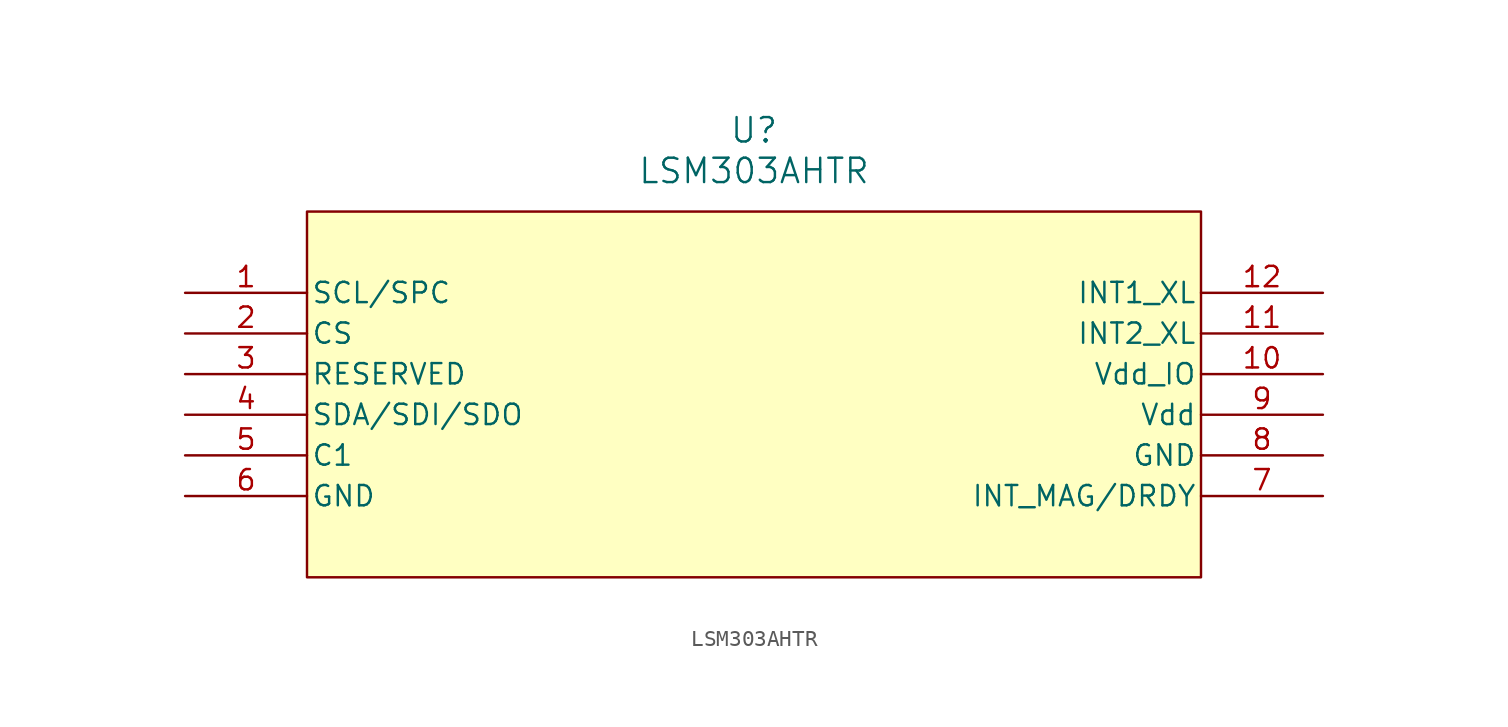
<source format=kicad_sym>
(kicad_symbol_lib
  (version 20241209)
  (generator "kicad_symbol_editor")
  (generator_version "9.0")
  (symbol "LSM303AHTR"
    (pin_names
      (offset 0.254))
    (property "Reference" "U"
      (at 35.56 10.16 0)
      (effects (font (size 1.524 1.524))))
    (property "Value" "LSM303AHTR"
      (at 35.56 7.62 0)
      (effects (font (size 1.524 1.524))))
    (symbol "LSM303AHTR_0_1"
      (pin unspecified line (at 0 0 0) (length 7.62) (name "SCL/SPC" (effects (font (size 1.27 1.27)))) (number "1" (effects (font (size 1.27 1.27)))))
      (pin unspecified line (at 0 -2.54 0) (length 7.62) (name "CS" (effects (font (size 1.27 1.27)))) (number "2" (effects (font (size 1.27 1.27)))))
      (pin unspecified line (at 0 -5.08 0) (length 7.62) (name "RESERVED" (effects (font (size 1.27 1.27)))) (number "3" (effects (font (size 1.27 1.27)))))
      (pin unspecified line (at 0 -7.62 0) (length 7.62) (name "SDA/SDI/SDO" (effects (font (size 1.27 1.27)))) (number "4" (effects (font (size 1.27 1.27)))))
      (pin unspecified line (at 0 -10.16 0) (length 7.62) (name "C1" (effects (font (size 1.27 1.27)))) (number "5" (effects (font (size 1.27 1.27)))))
      (pin power_out line (at 0 -12.7 0) (length 7.62) (name "GND" (effects (font (size 1.27 1.27)))) (number "6" (effects (font (size 1.27 1.27)))))
      (pin input line (at 71.12 0 180) (length 7.62) (name "INT1_XL" (effects (font (size 1.27 1.27)))) (number "12" (effects (font (size 1.27 1.27)))))
      (pin input line (at 71.12 -2.54 180) (length 7.62) (name "INT2_XL" (effects (font (size 1.27 1.27)))) (number "11" (effects (font (size 1.27 1.27)))))
      (pin power_in line (at 71.12 -5.08 180) (length 7.62) (name "Vdd_IO" (effects (font (size 1.27 1.27)))) (number "10" (effects (font (size 1.27 1.27)))))
      (pin power_in line (at 71.12 -7.62 180) (length 7.62) (name "Vdd" (effects (font (size 1.27 1.27)))) (number "9" (effects (font (size 1.27 1.27)))))
      (pin power_out line (at 71.12 -10.16 180) (length 7.62) (name "GND" (effects (font (size 1.27 1.27)))) (number "8" (effects (font (size 1.27 1.27)))))
      (pin input line (at 71.12 -12.7 180) (length 7.62) (name "INT_MAG/DRDY" (effects (font (size 1.27 1.27)))) (number "7" (effects (font (size 1.27 1.27))))))
    (symbol "LSM303AHTR_1_1"
      (rectangle (start 7.62 5.08) (end 63.5 -17.78) (stroke (width 0) (type solid)) (fill (type background))))))
</source>
